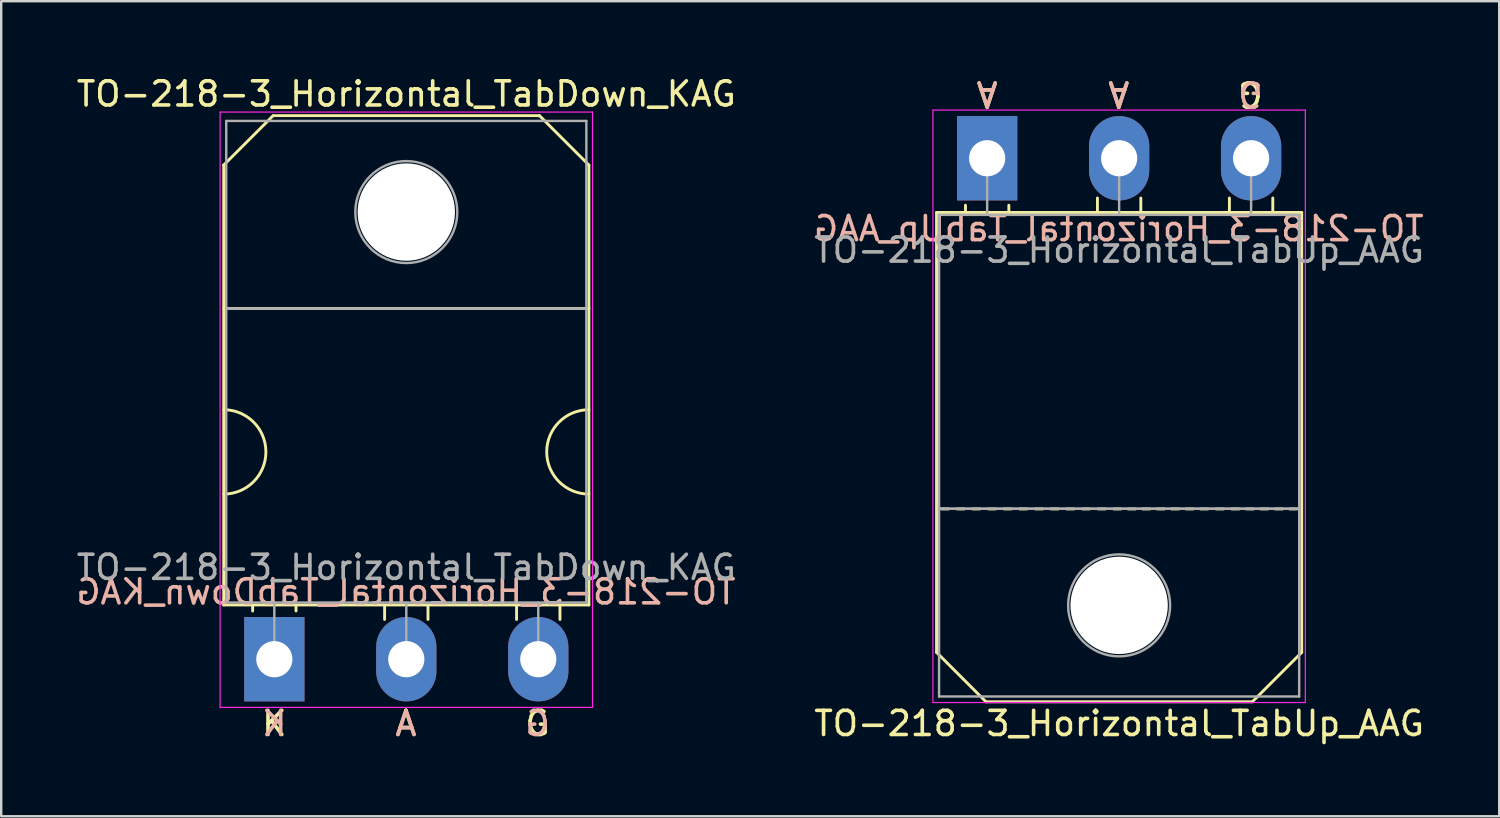
<source format=kicad_pcb>
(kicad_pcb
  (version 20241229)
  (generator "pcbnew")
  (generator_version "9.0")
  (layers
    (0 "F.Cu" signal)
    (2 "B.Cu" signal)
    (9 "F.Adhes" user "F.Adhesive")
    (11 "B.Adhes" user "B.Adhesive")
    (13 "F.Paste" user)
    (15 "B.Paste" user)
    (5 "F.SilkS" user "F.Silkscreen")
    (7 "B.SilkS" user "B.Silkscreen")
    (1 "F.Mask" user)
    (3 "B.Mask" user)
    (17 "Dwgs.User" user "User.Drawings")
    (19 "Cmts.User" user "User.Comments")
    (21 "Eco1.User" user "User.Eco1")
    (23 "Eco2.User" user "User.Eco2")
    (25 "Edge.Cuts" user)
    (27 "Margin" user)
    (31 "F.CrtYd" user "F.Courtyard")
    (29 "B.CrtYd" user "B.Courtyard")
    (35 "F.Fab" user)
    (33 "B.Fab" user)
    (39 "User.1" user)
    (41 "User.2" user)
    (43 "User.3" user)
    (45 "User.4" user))
  (footprint "TO-218-3_Horizontal_TabUp_AAG"
    (layer "F.Cu")
    (at 37.904 3.515)
    (property "Reference" "TO-218-3_Horizontal_TabUp_AAG" (at 5.475 23.45 0) (layer "F.SilkS") (effects (font (size 1 1) (thickness 0.15))))
    (fp_line (start -2.1 2.25) (end 13.05 2.25) (stroke (width 0.12) (type solid)) (layer "F.SilkS"))
    (fp_line (start -2.1 20.5) (end -2.1 2.25) (stroke (width 0.12) (type solid)) (layer "F.SilkS"))
    (fp_line (start -2.1 20.5) (end -0.05 22.55) (stroke (width 0.12) (type solid)) (layer "F.SilkS"))
    (fp_line (start -1.6 14.55) (end -1.9 14.55) (stroke (width 0.12) (type solid)) (layer "F.SilkS"))
    (fp_line (start -0.95 14.55) (end -1.25 14.55) (stroke (width 0.12) (type solid)) (layer "F.SilkS"))
    (fp_line (start -0.9 2.2) (end -0.9 1.95) (stroke (width 0.12) (type solid)) (layer "F.SilkS"))
    (fp_line (start -0.3 14.55) (end -0.6 14.55) (stroke (width 0.12) (type solid)) (layer "F.SilkS"))
    (fp_line (start 0.35 14.55) (end 0.05 14.55) (stroke (width 0.12) (type solid)) (layer "F.SilkS"))
    (fp_line (start 0.9 2.2) (end 0.9 1.95) (stroke (width 0.12) (type solid)) (layer "F.SilkS"))
    (fp_line (start 1 14.55) (end 0.7 14.55) (stroke (width 0.12) (type solid)) (layer "F.SilkS"))
    (fp_line (start 1.65 14.55) (end 1.35 14.55) (stroke (width 0.12) (type solid)) (layer "F.SilkS"))
    (fp_line (start 2.3 14.55) (end 2 14.55) (stroke (width 0.12) (type solid)) (layer "F.SilkS"))
    (fp_line (start 2.95 14.55) (end 2.65 14.55) (stroke (width 0.12) (type solid)) (layer "F.SilkS"))
    (fp_line (start 3.6 14.55) (end 3.3 14.55) (stroke (width 0.12) (type solid)) (layer "F.SilkS"))
    (fp_line (start 4.25 14.55) (end 3.95 14.55) (stroke (width 0.12) (type solid)) (layer "F.SilkS"))
    (fp_line (start 4.575 2.2) (end 4.575 1.65) (stroke (width 0.12) (type solid)) (layer "F.SilkS"))
    (fp_line (start 4.9 14.55) (end 4.6 14.55) (stroke (width 0.12) (type solid)) (layer "F.SilkS"))
    (fp_line (start 5.55 14.55) (end 5.25 14.55) (stroke (width 0.12) (type solid)) (layer "F.SilkS"))
    (fp_line (start 6.15 14.55) (end 5.85 14.55) (stroke (width 0.12) (type solid)) (layer "F.SilkS"))
    (fp_line (start 6.375 2.2) (end 6.375 1.65) (stroke (width 0.12) (type solid)) (layer "F.SilkS"))
    (fp_line (start 6.75 14.55) (end 6.45 14.55) (stroke (width 0.12) (type solid)) (layer "F.SilkS"))
    (fp_line (start 7.35 14.55) (end 7.05 14.55) (stroke (width 0.12) (type solid)) (layer "F.SilkS"))
    (fp_line (start 7.95 14.55) (end 7.65 14.55) (stroke (width 0.12) (type solid)) (layer "F.SilkS"))
    (fp_line (start 8.55 14.55) (end 8.25 14.55) (stroke (width 0.12) (type solid)) (layer "F.SilkS"))
    (fp_line (start 9.15 14.55) (end 8.85 14.55) (stroke (width 0.12) (type solid)) (layer "F.SilkS"))
    (fp_line (start 9.8 14.55) (end 9.5 14.55) (stroke (width 0.12) (type solid)) (layer "F.SilkS"))
    (fp_line (start 10.05 2.2) (end 10.05 1.65) (stroke (width 0.12) (type solid)) (layer "F.SilkS"))
    (fp_line (start 10.45 14.55) (end 10.15 14.55) (stroke (width 0.12) (type solid)) (layer "F.SilkS"))
    (fp_line (start 11 22.55) (end -0.05 22.55) (stroke (width 0.12) (type solid)) (layer "F.SilkS"))
    (fp_line (start 11.05 14.55) (end 10.75 14.55) (stroke (width 0.12) (type solid)) (layer "F.SilkS"))
    (fp_line (start 11.65 14.55) (end 11.35 14.55) (stroke (width 0.12) (type solid)) (layer "F.SilkS"))
    (fp_line (start 11.85 2.2) (end 11.85 1.65) (stroke (width 0.12) (type solid)) (layer "F.SilkS"))
    (fp_line (start 12.25 14.55) (end 11.95 14.55) (stroke (width 0.12) (type solid)) (layer "F.SilkS"))
    (fp_line (start 12.85 14.55) (end 12.55 14.55) (stroke (width 0.12) (type solid)) (layer "F.SilkS"))
    (fp_line (start 13.05 2.25) (end 13.05 20.5) (stroke (width 0.12) (type solid)) (layer "F.SilkS"))
    (fp_line (start 13.05 20.5) (end 11 22.55) (stroke (width 0.12) (type solid)) (layer "F.SilkS"))
    (fp_line (start -2.25 -2) (end -2.25 22.58) (stroke (width 0.05) (type solid)) (layer "F.CrtYd"))
    (fp_line (start -2.25 22.58) (end 13.2 22.58) (stroke (width 0.05) (type solid)) (layer "F.CrtYd"))
    (fp_line (start 13.2 -2) (end -2.25 -2) (stroke (width 0.05) (type solid)) (layer "F.CrtYd"))
    (fp_line (start 13.2 22.58) (end 13.2 -2) (stroke (width 0.05) (type solid)) (layer "F.CrtYd"))
    (fp_line (start -1.995 2.35) (end -1.995 14.54) (stroke (width 0.1) (type solid)) (layer "F.Fab"))
    (fp_line (start -1.995 14.54) (end -1.995 22.33) (stroke (width 0.1) (type solid)) (layer "F.Fab"))
    (fp_line (start -1.995 14.54) (end 12.945 14.54) (stroke (width 0.1) (type solid)) (layer "F.Fab"))
    (fp_line (start -1.995 22.33) (end 12.945 22.33) (stroke (width 0.1) (type solid)) (layer "F.Fab"))
    (fp_line (start 0 2.35) (end 0 0) (stroke (width 0.1) (type solid)) (layer "F.Fab"))
    (fp_line (start 5.475 2.35) (end 5.475 0) (stroke (width 0.1) (type solid)) (layer "F.Fab"))
    (fp_line (start 10.95 2.35) (end 10.95 0) (stroke (width 0.1) (type solid)) (layer "F.Fab"))
    (fp_line (start 12.945 2.35) (end -1.995 2.35) (stroke (width 0.1) (type solid)) (layer "F.Fab"))
    (fp_line (start 12.945 14.54) (end -1.995 14.54) (stroke (width 0.1) (type solid)) (layer "F.Fab"))
    (fp_line (start 12.945 14.54) (end 12.945 2.35) (stroke (width 0.1) (type solid)) (layer "F.Fab"))
    (fp_line (start 12.945 22.33) (end 12.945 14.54) (stroke (width 0.1) (type solid)) (layer "F.Fab"))
    (fp_circle (center 5.475 18.55) (end 7.59 18.55) (stroke (width 0.1) (type solid)) (fill no) (layer "F.Fab"))
    (fp_text user "A" (at 0 -2.667 180) (unlocked yes) (layer "F.SilkS") (effects (font (size 1 1) (thickness 0.15))))
    (fp_text user "G" (at 10.922 -2.667 180) (unlocked yes) (layer "F.SilkS") (effects (font (size 1 1) (thickness 0.15))))
    (fp_text user "A" (at 5.461 -2.667 180) (unlocked yes) (layer "F.SilkS") (effects (font (size 1 1) (thickness 0.15))))
    (fp_text user "${REFERENCE}" (at 5.461 2.921 0) (layer "B.SilkS") (effects (font (size 1 1) (thickness 0.15)) (justify mirror)))
    (fp_text user "A" (at 0 -2.667 180) (unlocked yes) (layer "B.SilkS") (effects (font (size 1 1) (thickness 0.15)) (justify mirror)))
    (fp_text user "G" (at 10.922 -2.667 180) (unlocked yes) (layer "B.SilkS") (effects (font (size 1 1) (thickness 0.15)) (justify mirror)))
    (fp_text user "A" (at 5.461 -2.667 180) (unlocked yes) (layer "B.SilkS") (effects (font (size 1 1) (thickness 0.15)) (justify mirror)))
    (fp_text user "${REFERENCE}" (at 5.475 3.81 0) (layer "F.Fab") (effects (font (size 1 1) (thickness 0.15))))
    (pad "" np_thru_hole oval (at 5.475 18.55) (size 4.04 4.04) (drill 4.04) (layers "*.Cu" "*.Mask"))
    (pad "1" thru_hole rect (at 0 0) (size 2.5 3.5) (drill 1.5) (layers "*.Cu" "*.Mask"))
    (pad "2" thru_hole oval (at 5.475 0) (size 2.5 3.5) (drill 1.5) (layers "*.Cu" "*.Mask"))
    (pad "3" thru_hole oval (at 10.95 0) (size 2.5 3.5) (drill 1.5) (layers "*.Cu" "*.Mask")))
  (footprint "TO-218-3_Horizontal_TabDown_KAG"
    (layer "F.Cu")
    (at 8.331 24.298)
    (property "Reference" "TO-218-3_Horizontal_TabDown_KAG" (at 5.475 -23.45 0) (layer "F.SilkS") (effects (font (size 1 1) (thickness 0.15))))
    (fp_line (start -2.1 -20.5) (end -0.05 -22.55) (stroke (width 0.12) (type solid)) (layer "F.SilkS"))
    (fp_line (start -2.1 -14.55) (end 13.05 -14.55) (stroke (width 0.12) (type solid)) (layer "F.SilkS"))
    (fp_line (start -2.1 -2.25) (end -2.1 -20.5) (stroke (width 0.12) (type solid)) (layer "F.SilkS"))
    (fp_line (start -0.9 -2.2) (end -0.9 -2) (stroke (width 0.12) (type solid)) (layer "F.SilkS"))
    (fp_line (start -0.05 -22.55) (end 11 -22.55) (stroke (width 0.12) (type solid)) (layer "F.SilkS"))
    (fp_line (start 0.9 -2.2) (end 0.9 -2) (stroke (width 0.12) (type solid)) (layer "F.SilkS"))
    (fp_line (start 4.575 -2.2) (end 4.575 -1.65) (stroke (width 0.12) (type solid)) (layer "F.SilkS"))
    (fp_line (start 6.375 -2.2) (end 6.375 -1.65) (stroke (width 0.12) (type solid)) (layer "F.SilkS"))
    (fp_line (start 10.05 -2.2) (end 10.05 -1.65) (stroke (width 0.12) (type solid)) (layer "F.SilkS"))
    (fp_line (start 11.85 -2.2) (end 11.85 -1.65) (stroke (width 0.12) (type solid)) (layer "F.SilkS"))
    (fp_line (start 13.05 -20.5) (end 11 -22.55) (stroke (width 0.12) (type solid)) (layer "F.SilkS"))
    (fp_line (start 13.05 -20.5) (end 13.05 -2.25) (stroke (width 0.12) (type solid)) (layer "F.SilkS"))
    (fp_line (start 13.05 -2.25) (end -2.1 -2.25) (stroke (width 0.12) (type solid)) (layer "F.SilkS"))
    (fp_arc (start -2.1 -10.35) (mid -0.35 -8.6) (end -2.1 -6.85) (stroke (width 0.12) (type solid)) (layer "F.SilkS"))
    (fp_arc (start 13.05 -6.85) (mid 11.3 -8.6) (end 13.05 -10.35) (stroke (width 0.12) (type solid)) (layer "F.SilkS"))
    (fp_line (start -2.25 -22.7) (end -2.25 2) (stroke (width 0.05) (type solid)) (layer "F.CrtYd"))
    (fp_line (start -2.25 2) (end 13.2 2) (stroke (width 0.05) (type solid)) (layer "F.CrtYd"))
    (fp_line (start 13.2 -22.7) (end -2.25 -22.7) (stroke (width 0.05) (type solid)) (layer "F.CrtYd"))
    (fp_line (start 13.2 2) (end 13.2 -22.7) (stroke (width 0.05) (type solid)) (layer "F.CrtYd"))
    (fp_line (start -1.995 -22.33) (end 12.945 -22.33) (stroke (width 0.1) (type solid)) (layer "F.Fab"))
    (fp_line (start -1.995 -14.54) (end -1.995 -22.33) (stroke (width 0.1) (type solid)) (layer "F.Fab"))
    (fp_line (start -1.995 -14.54) (end 12.945 -14.54) (stroke (width 0.1) (type solid)) (layer "F.Fab"))
    (fp_line (start -1.995 -2.35) (end -1.995 -14.54) (stroke (width 0.1) (type solid)) (layer "F.Fab"))
    (fp_line (start 0 -2.35) (end 0 0) (stroke (width 0.1) (type solid)) (layer "F.Fab"))
    (fp_line (start 5.475 -2.35) (end 5.475 0) (stroke (width 0.1) (type solid)) (layer "F.Fab"))
    (fp_line (start 10.95 -2.35) (end 10.95 0) (stroke (width 0.1) (type solid)) (layer "F.Fab"))
    (fp_line (start 12.945 -22.33) (end 12.945 -14.54) (stroke (width 0.1) (type solid)) (layer "F.Fab"))
    (fp_line (start 12.945 -14.54) (end -1.995 -14.54) (stroke (width 0.1) (type solid)) (layer "F.Fab"))
    (fp_line (start 12.945 -14.54) (end 12.945 -2.35) (stroke (width 0.1) (type solid)) (layer "F.Fab"))
    (fp_line (start 12.945 -2.35) (end -1.995 -2.35) (stroke (width 0.1) (type solid)) (layer "F.Fab"))
    (fp_circle (center 5.475 -18.55) (end 7.59 -18.55) (stroke (width 0.1) (type solid)) (fill no) (layer "F.Fab"))
    (fp_text user "A" (at 5.461 2.667 0) (unlocked yes) (layer "F.SilkS") (effects (font (size 1 1) (thickness 0.15))))
    (fp_text user "G" (at 10.922 2.667 0) (unlocked yes) (layer "F.SilkS") (effects (font (size 1 1) (thickness 0.15))))
    (fp_text user "K" (at 0 2.667 0) (unlocked yes) (layer "F.SilkS") (effects (font (size 1 1) (thickness 0.15))))
    (fp_text user "${REFERENCE}" (at 5.461 -2.794 0) (layer "B.SilkS") (effects (font (size 1 1) (thickness 0.15)) (justify mirror)))
    (fp_text user "G" (at 10.922 2.667 0) (unlocked yes) (layer "B.SilkS") (effects (font (size 1 1) (thickness 0.15)) (justify mirror)))
    (fp_text user "A" (at 5.461 2.667 0) (unlocked yes) (layer "B.SilkS") (effects (font (size 1 1) (thickness 0.15)) (justify mirror)))
    (fp_text user "K" (at 0 2.667 0) (unlocked yes) (layer "B.SilkS") (effects (font (size 1 1) (thickness 0.15)) (justify mirror)))
    (fp_text user "${REFERENCE}" (at 5.475 -3.81 0) (layer "F.Fab") (effects (font (size 1 1) (thickness 0.15))))
    (pad "" np_thru_hole oval (at 5.475 -18.55) (size 4.04 4.04) (drill 4.04) (layers "*.Cu" "*.Mask"))
    (pad "1" thru_hole rect (at 0 0) (size 2.5 3.5) (drill 1.5) (layers "*.Cu" "*.Mask"))
    (pad "2" thru_hole oval (at 5.475 0) (size 2.5 3.5) (drill 1.5) (layers "*.Cu" "*.Mask"))
    (pad "3" thru_hole oval (at 10.95 0) (size 2.5 3.5) (drill 1.5) (layers "*.Cu" "*.Mask")))
  (gr_rect
    (start -3 -3)
    (end 59.147 30.814)
    (stroke (width 0.1) (type default))
    (fill no)
    (layer "Edge.Cuts")))
</source>
